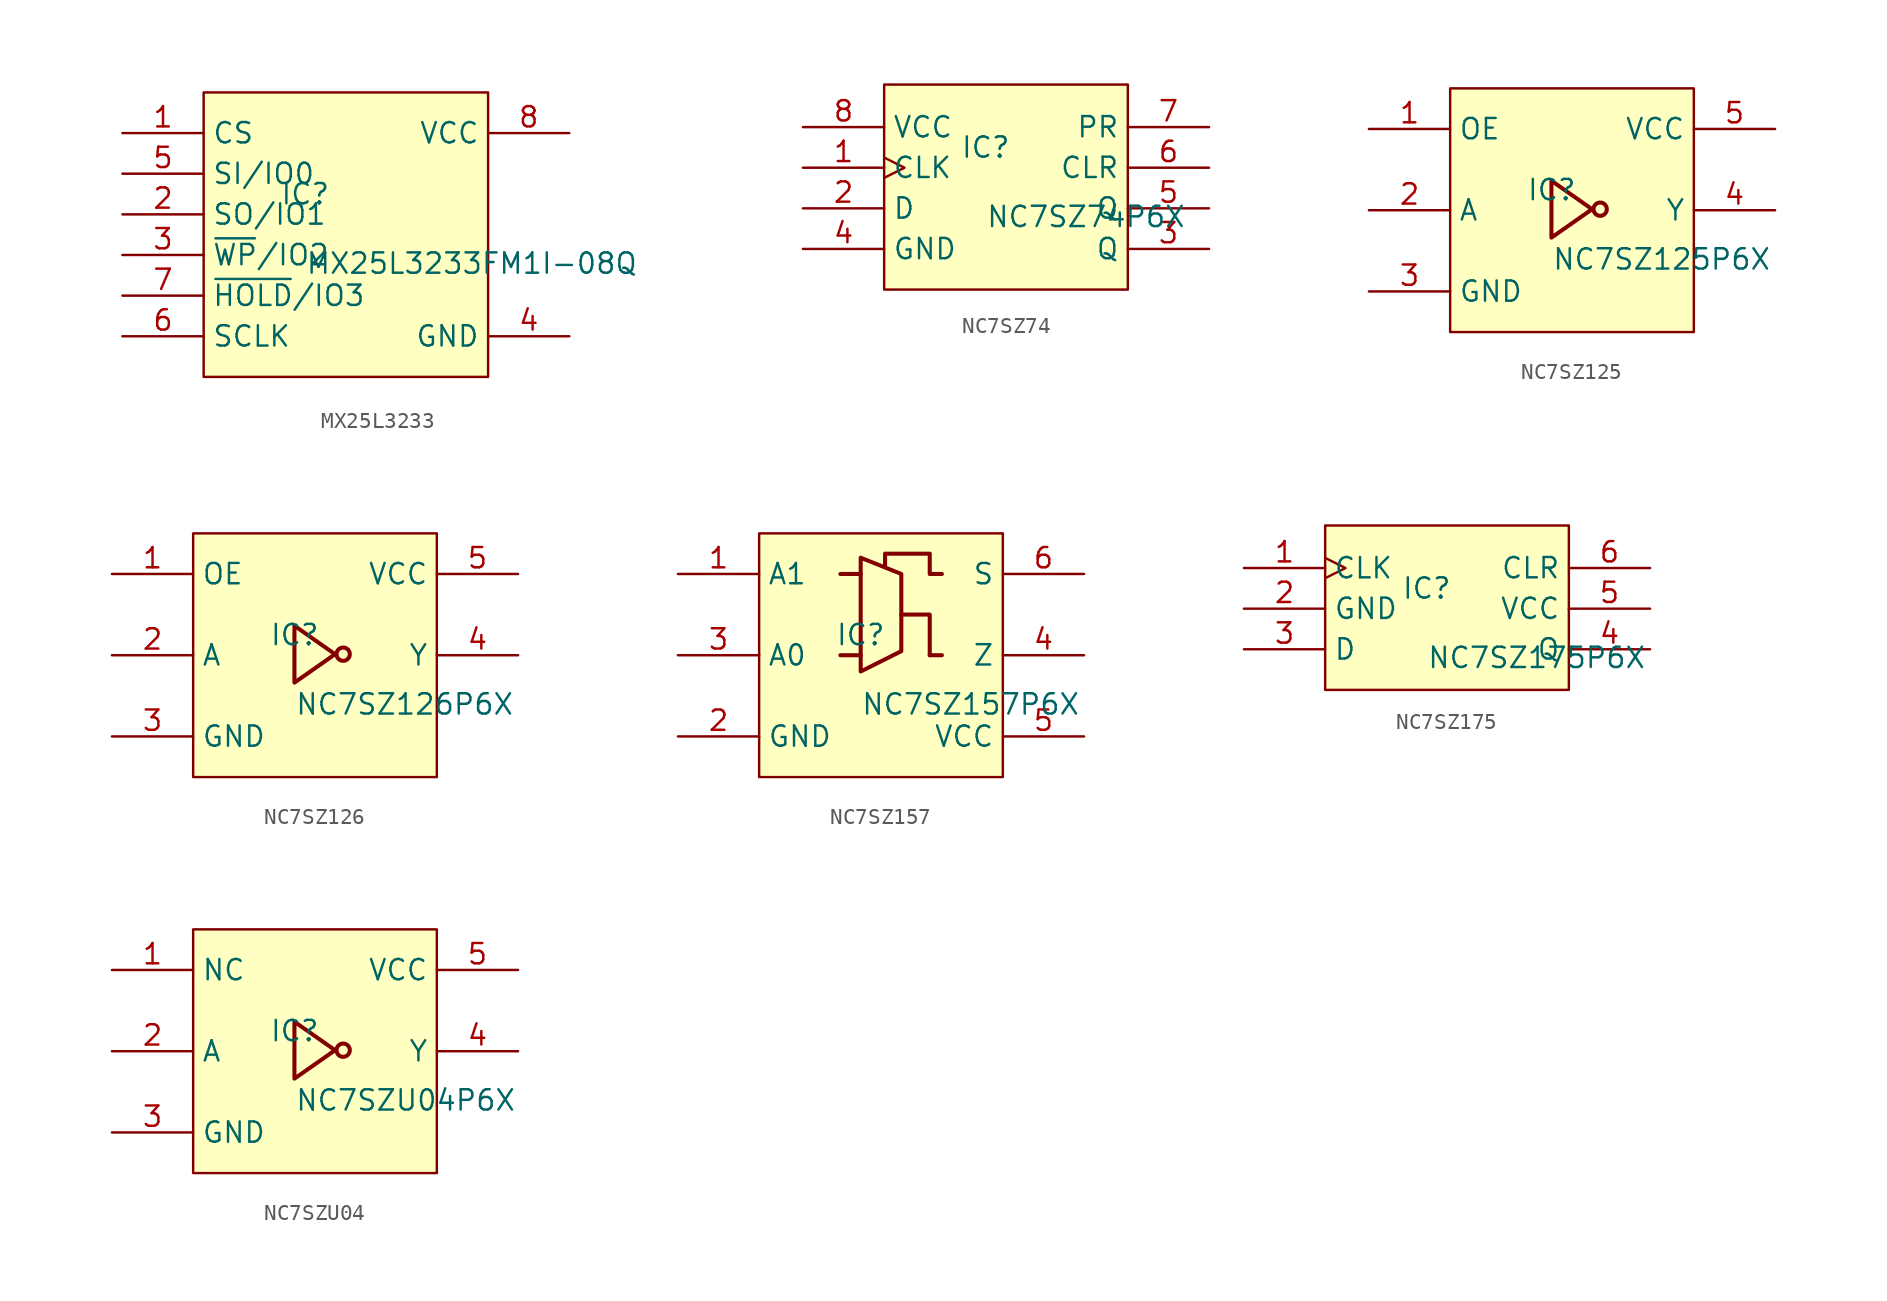
<source format=kicad_sym>
(kicad_symbol_lib
  (version 20231120)
  (generator "kicad_symbol_editor")
  (generator_version "8.0")
  (symbol "MX25L3233"
    (property "Reference" "IC"
      (at -1.27 1.27 0)
      (effects (font (size 1.27 1.27))))
    (property "Value" "MX25L3233FM1I-08Q"
      (at -1.27 -3.81 0)
      (effects (font (size 1.27 1.27)) (justify left bottom)))
    (symbol "MX25L3233_1_0"
      (rectangle (start -7.62 7.62) (end 10.16 -10.16) (stroke (width 0) (type solid) (color 128 0 0 1)) (fill (type background)))
      (pin input line (at -12.7 5.08 0) (length 5.08) (name "CS" (effects (font (size 1.27 1.27)))) (number "1" (effects (font (size 1.27 1.27)))))
      (pin bidirectional line (at -12.7 0 0) (length 5.08) (name "SO/IO1" (effects (font (size 1.27 1.27)))) (number "2" (effects (font (size 1.27 1.27)))))
      (pin bidirectional line (at -12.7 -2.54 0) (length 5.08) (name "~{WP}/IO2" (effects (font (size 1.27 1.27)))) (number "3" (effects (font (size 1.27 1.27)))))
      (pin passive line (at 15.24 -7.62 180) (length 5.08) (name "GND" (effects (font (size 1.27 1.27)))) (number "4" (effects (font (size 1.27 1.27)))))
      (pin bidirectional line (at -12.7 2.54 0) (length 5.08) (name "SI/IO0" (effects (font (size 1.27 1.27)))) (number "5" (effects (font (size 1.27 1.27)))))
      (pin input line (at -12.7 -7.62 0) (length 5.08) (name "SCLK" (effects (font (size 1.27 1.27)))) (number "6" (effects (font (size 1.27 1.27)))))
      (pin bidirectional line (at -12.7 -5.08 0) (length 5.08) (name "~{HOLD}/IO3" (effects (font (size 1.27 1.27)))) (number "7" (effects (font (size 1.27 1.27)))))
      (pin passive line (at 15.24 5.08 180) (length 5.08) (name "VCC" (effects (font (size 1.27 1.27)))) (number "8" (effects (font (size 1.27 1.27)))))))
  (symbol "NC7SZ74"
    (property "Reference" "IC"
      (at -1.27 1.27 0)
      (effects (font (size 1.27 1.27))))
    (property "Value" "NC7SZ74P6X"
      (at -1.27 -3.81 0)
      (effects (font (size 1.27 1.27)) (justify left bottom)))
    (symbol "NC7SZ74_1_0"
      (rectangle (start -7.62 5.2) (end 7.62 -7.62) (stroke (width 0) (type solid) (color 128 0 0 1)) (fill (type background)))
      (pin input clock (at -12.7 0 0) (length 5.08) (name "CLK" (effects (font (size 1.27 1.27)))) (number "1" (effects (font (size 1.27 1.27)))))
      (pin input line (at -12.7 -2.54 0) (length 5.08) (name "D" (effects (font (size 1.27 1.27)))) (number "2" (effects (font (size 1.27 1.27)))))
      (pin output line (at 12.7 -5.08 180) (length 5.08) (name "Q" (effects (font (size 1.27 1.27)))) (number "3" (effects (font (size 1.27 1.27)))))
      (pin passive line (at -12.7 -5.08 0) (length 5.08) (name "GND" (effects (font (size 1.27 1.27)))) (number "4" (effects (font (size 1.27 1.27)))))
      (pin output line (at 12.7 -2.54 180) (length 5.08) (name "Q" (effects (font (size 1.27 1.27)))) (number "5" (effects (font (size 1.27 1.27)))))
      (pin input line (at 12.7 0 180) (length 5.08) (name "CLR" (effects (font (size 1.27 1.27)))) (number "6" (effects (font (size 1.27 1.27)))))
      (pin input line (at 12.7 2.54 180) (length 5.08) (name "PR" (effects (font (size 1.27 1.27)))) (number "7" (effects (font (size 1.27 1.27)))))
      (pin power_in line (at -12.7 2.54 0) (length 5.08) (name "VCC" (effects (font (size 1.27 1.27)))) (number "8" (effects (font (size 1.27 1.27)))))))
  (symbol "NC7SZ125"
    (property "Reference" "IC"
      (at -1.27 1.27 0)
      (effects (font (size 1.27 1.27))))
    (property "Value" "NC7SZ125P6X"
      (at -1.27 -3.81 0)
      (effects (font (size 1.27 1.27)) (justify left bottom)))
    (symbol "NC7SZ125_1_0"
      (rectangle (start -7.62 7.62) (end 7.62 -7.62) (stroke (width 0) (type solid) (color 128 0 0 1)) (fill (type background)))
      (polyline (pts (xy -1.286 1.842) (xy -1.286 -1.714) (xy 1.254 0.064) (xy -1.286 1.842)) (stroke (width 0.254) (type solid)) (fill (type none)))
      (circle (center 1.762 0.064) (radius 0.416) (stroke (width 0.254) (type solid)) (fill (type none)))
      (pin input line (at -12.7 5.08 0) (length 5.08) (name "OE" (effects (font (size 1.27 1.27)))) (number "1" (effects (font (size 1.27 1.27)))))
      (pin input line (at -12.7 0 0) (length 5.08) (name "A" (effects (font (size 1.27 1.27)))) (number "2" (effects (font (size 1.27 1.27)))))
      (pin power_in line (at -12.7 -5.08 0) (length 5.08) (name "GND" (effects (font (size 1.27 1.27)))) (number "3" (effects (font (size 1.27 1.27)))))
      (pin output line (at 12.7 0 180) (length 5.08) (name "Y" (effects (font (size 1.27 1.27)))) (number "4" (effects (font (size 1.27 1.27)))))
      (pin power_in line (at 12.7 5.08 180) (length 5.08) (name "VCC" (effects (font (size 1.27 1.27)))) (number "5" (effects (font (size 1.27 1.27)))))))
  (symbol "NC7SZ126"
    (property "Reference" "IC"
      (at -1.27 1.27 0)
      (effects (font (size 1.27 1.27))))
    (property "Value" "NC7SZ126P6X"
      (at -1.27 -3.81 0)
      (effects (font (size 1.27 1.27)) (justify left bottom)))
    (symbol "NC7SZ126_1_0"
      (rectangle (start -7.62 7.62) (end 7.62 -7.62) (stroke (width 0) (type solid) (color 128 0 0 1)) (fill (type background)))
      (polyline (pts (xy -1.286 1.842) (xy -1.286 -1.714) (xy 1.254 0.064) (xy -1.286 1.842)) (stroke (width 0.254) (type solid)) (fill (type none)))
      (circle (center 1.762 0.064) (radius 0.416) (stroke (width 0.254) (type solid)) (fill (type none)))
      (pin input line (at -12.7 5.08 0) (length 5.08) (name "OE" (effects (font (size 1.27 1.27)))) (number "1" (effects (font (size 1.27 1.27)))))
      (pin input line (at -12.7 0 0) (length 5.08) (name "A" (effects (font (size 1.27 1.27)))) (number "2" (effects (font (size 1.27 1.27)))))
      (pin power_in line (at -12.7 -5.08 0) (length 5.08) (name "GND" (effects (font (size 1.27 1.27)))) (number "3" (effects (font (size 1.27 1.27)))))
      (pin output line (at 12.7 0 180) (length 5.08) (name "Y" (effects (font (size 1.27 1.27)))) (number "4" (effects (font (size 1.27 1.27)))))
      (pin power_in line (at 12.7 5.08 180) (length 5.08) (name "VCC" (effects (font (size 1.27 1.27)))) (number "5" (effects (font (size 1.27 1.27)))))))
  (symbol "NC7SZ157"
    (property "Reference" "IC"
      (at -1.27 1.27 0)
      (effects (font (size 1.27 1.27))))
    (property "Value" "NC7SZ157P6X"
      (at -1.27 -3.81 0)
      (effects (font (size 1.27 1.27)) (justify left bottom)))
    (symbol "NC7SZ157_1_0"
      (rectangle (start -7.62 7.62) (end 7.62 -7.62) (stroke (width 0) (type solid) (color 128 0 0 1)) (fill (type background)))
      (polyline (pts (xy -1.27 0) (xy -2.54 0)) (stroke (width 0.254) (type solid)) (fill (type none)))
      (polyline (pts (xy -1.27 5.08) (xy -2.54 5.08)) (stroke (width 0.254) (type solid)) (fill (type none)))
      (polyline (pts (xy 3.048 0) (xy 3.81 0)) (stroke (width 0.254) (type solid)) (fill (type none)))
      (polyline (pts (xy 1.27 2.54) (xy 3.048 2.54) (xy 3.048 0)) (stroke (width 0.254) (type solid)) (fill (type none)))
      (polyline (pts (xy -1.27 6.096) (xy -1.27 -1.016) (xy 1.27 0.254) (xy 1.27 5.08) (xy -1.27 6.096)) (stroke (width 0.254) (type solid)) (fill (type none)))
      (polyline (pts (xy 3.81 5.08) (xy 3.048 5.08) (xy 3.048 6.35) (xy 0.254 6.35) (xy 0.254 5.588)) (stroke (width 0.254) (type solid)) (fill (type none)))
      (pin input line (at -12.7 5.08 0) (length 5.08) (name "A1" (effects (font (size 1.27 1.27)))) (number "1" (effects (font (size 1.27 1.27)))))
      (pin power_in line (at -12.7 -5.08 0) (length 5.08) (name "GND" (effects (font (size 1.27 1.27)))) (number "2" (effects (font (size 1.27 1.27)))))
      (pin input line (at -12.7 0 0) (length 5.08) (name "A0" (effects (font (size 1.27 1.27)))) (number "3" (effects (font (size 1.27 1.27)))))
      (pin output line (at 12.7 0 180) (length 5.08) (name "Z" (effects (font (size 1.27 1.27)))) (number "4" (effects (font (size 1.27 1.27)))))
      (pin power_in line (at 12.7 -5.08 180) (length 5.08) (name "VCC" (effects (font (size 1.27 1.27)))) (number "5" (effects (font (size 1.27 1.27)))))
      (pin input line (at 12.7 5.08 180) (length 5.08) (name "S" (effects (font (size 1.27 1.27)))) (number "6" (effects (font (size 1.27 1.27)))))))
  (symbol "NC7SZ175"
    (property "Reference" "IC"
      (at -1.27 1.27 0)
      (effects (font (size 1.27 1.27))))
    (property "Value" "NC7SZ175P6X"
      (at -1.27 -3.81 0)
      (effects (font (size 1.27 1.27)) (justify left bottom)))
    (symbol "NC7SZ175_1_0"
      (rectangle (start -7.62 5.2) (end 7.62 -5.08) (stroke (width 0) (type solid) (color 128 0 0 1)) (fill (type background)))
      (pin input clock (at -12.7 2.54 0) (length 5.08) (name "CLK" (effects (font (size 1.27 1.27)))) (number "1" (effects (font (size 1.27 1.27)))))
      (pin power_in line (at -12.7 0 0) (length 5.08) (name "GND" (effects (font (size 1.27 1.27)))) (number "2" (effects (font (size 1.27 1.27)))))
      (pin input line (at -12.7 -2.54 0) (length 5.08) (name "D" (effects (font (size 1.27 1.27)))) (number "3" (effects (font (size 1.27 1.27)))))
      (pin output line (at 12.7 -2.54 180) (length 5.08) (name "Q" (effects (font (size 1.27 1.27)))) (number "4" (effects (font (size 1.27 1.27)))))
      (pin power_in line (at 12.7 0 180) (length 5.08) (name "VCC" (effects (font (size 1.27 1.27)))) (number "5" (effects (font (size 1.27 1.27)))))
      (pin input line (at 12.7 2.54 180) (length 5.08) (name "CLR" (effects (font (size 1.27 1.27)))) (number "6" (effects (font (size 1.27 1.27)))))))
  (symbol "NC7SZU04"
    (property "Reference" "IC"
      (at -1.27 1.27 0)
      (effects (font (size 1.27 1.27))))
    (property "Value" "NC7SZU04P6X"
      (at -1.27 -3.81 0)
      (effects (font (size 1.27 1.27)) (justify left bottom)))
    (symbol "NC7SZU04_1_0"
      (rectangle (start -7.62 7.62) (end 7.62 -7.62) (stroke (width 0) (type solid) (color 128 0 0 1)) (fill (type background)))
      (polyline (pts (xy -1.286 1.842) (xy -1.286 -1.714) (xy 1.254 0.064) (xy -1.286 1.842)) (stroke (width 0.254) (type solid)) (fill (type none)))
      (circle (center 1.762 0.064) (radius 0.416) (stroke (width 0.254) (type solid)) (fill (type none)))
      (pin passive line (at -12.7 5.08 0) (length 5.08) (name "NC" (effects (font (size 1.27 1.27)))) (number "1" (effects (font (size 1.27 1.27)))))
      (pin input line (at -12.7 0 0) (length 5.08) (name "A" (effects (font (size 1.27 1.27)))) (number "2" (effects (font (size 1.27 1.27)))))
      (pin power_in line (at -12.7 -5.08 0) (length 5.08) (name "GND" (effects (font (size 1.27 1.27)))) (number "3" (effects (font (size 1.27 1.27)))))
      (pin output line (at 12.7 0 180) (length 5.08) (name "Y" (effects (font (size 1.27 1.27)))) (number "4" (effects (font (size 1.27 1.27)))))
      (pin power_in line (at 12.7 5.08 180) (length 5.08) (name "VCC" (effects (font (size 1.27 1.27)))) (number "5" (effects (font (size 1.27 1.27))))))))
</source>
